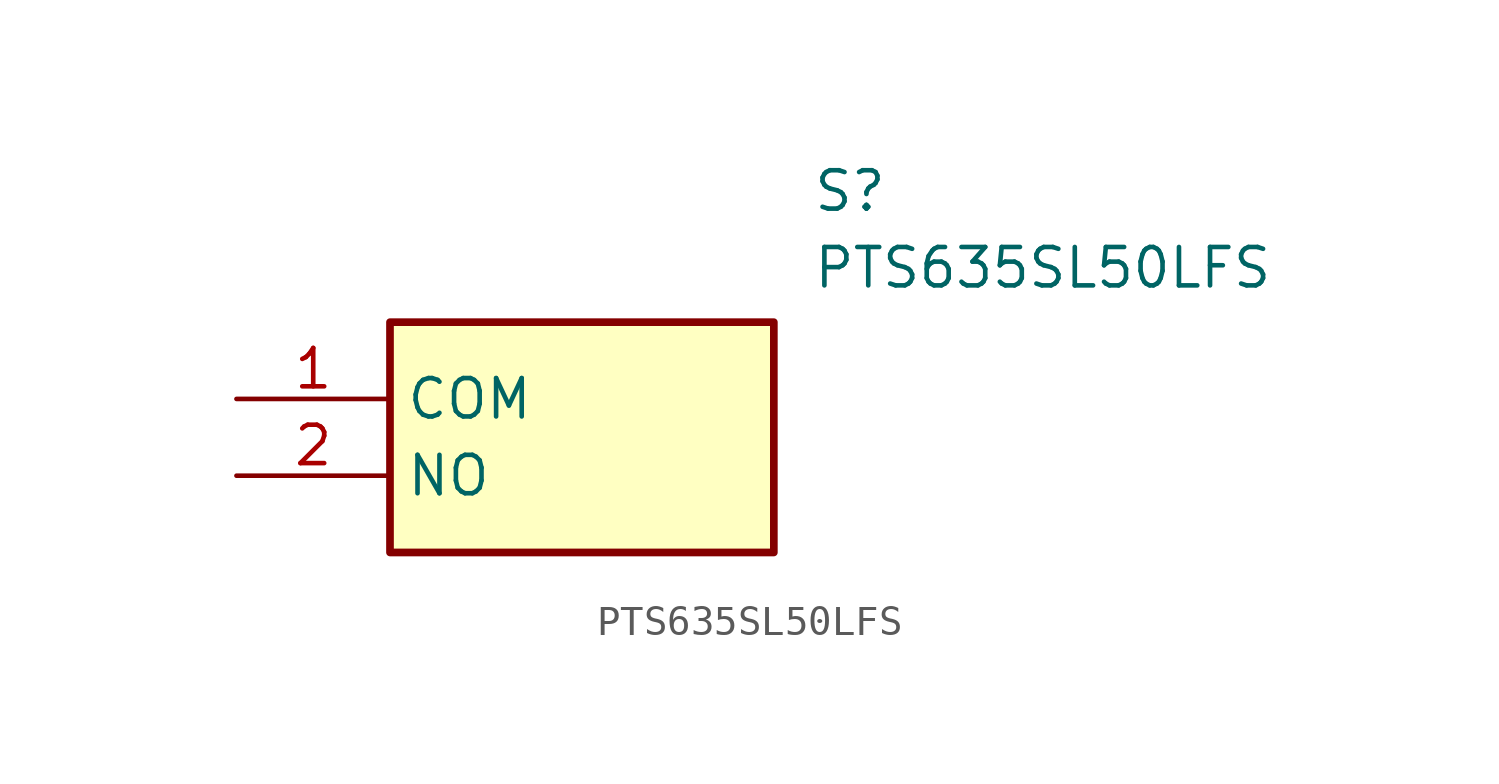
<source format=kicad_sym>
(kicad_symbol_lib
  (version 20211014)
  (generator SamacSys_ECAD_Model)
  (symbol "PTS635SL50LFS"
    (property "Reference" "S"
      (at 19.05 7.62 0)
      (effects (font (size 1.27 1.27)) (justify left top)))
    (property "Value" "PTS635SL50LFS"
      (at 19.05 5.08 0)
      (effects (font (size 1.27 1.27)) (justify left top)))
    (rectangle
      (start 5.08 2.54)
      (end 17.78 -5.08)
      (stroke (width 0.254) (type default))
      (fill (type background)))
    (pin passive line
      (at 0 0 0)
      (length 5.08)
      (name "COM" (effects (font (size 1.27 1.27))))
      (number "1" (effects (font (size 1.27 1.27)))))
    (pin passive line
      (at 0 -2.54 0)
      (length 5.08)
      (name "NO" (effects (font (size 1.27 1.27))))
      (number "2" (effects (font (size 1.27 1.27)))))))
</source>
